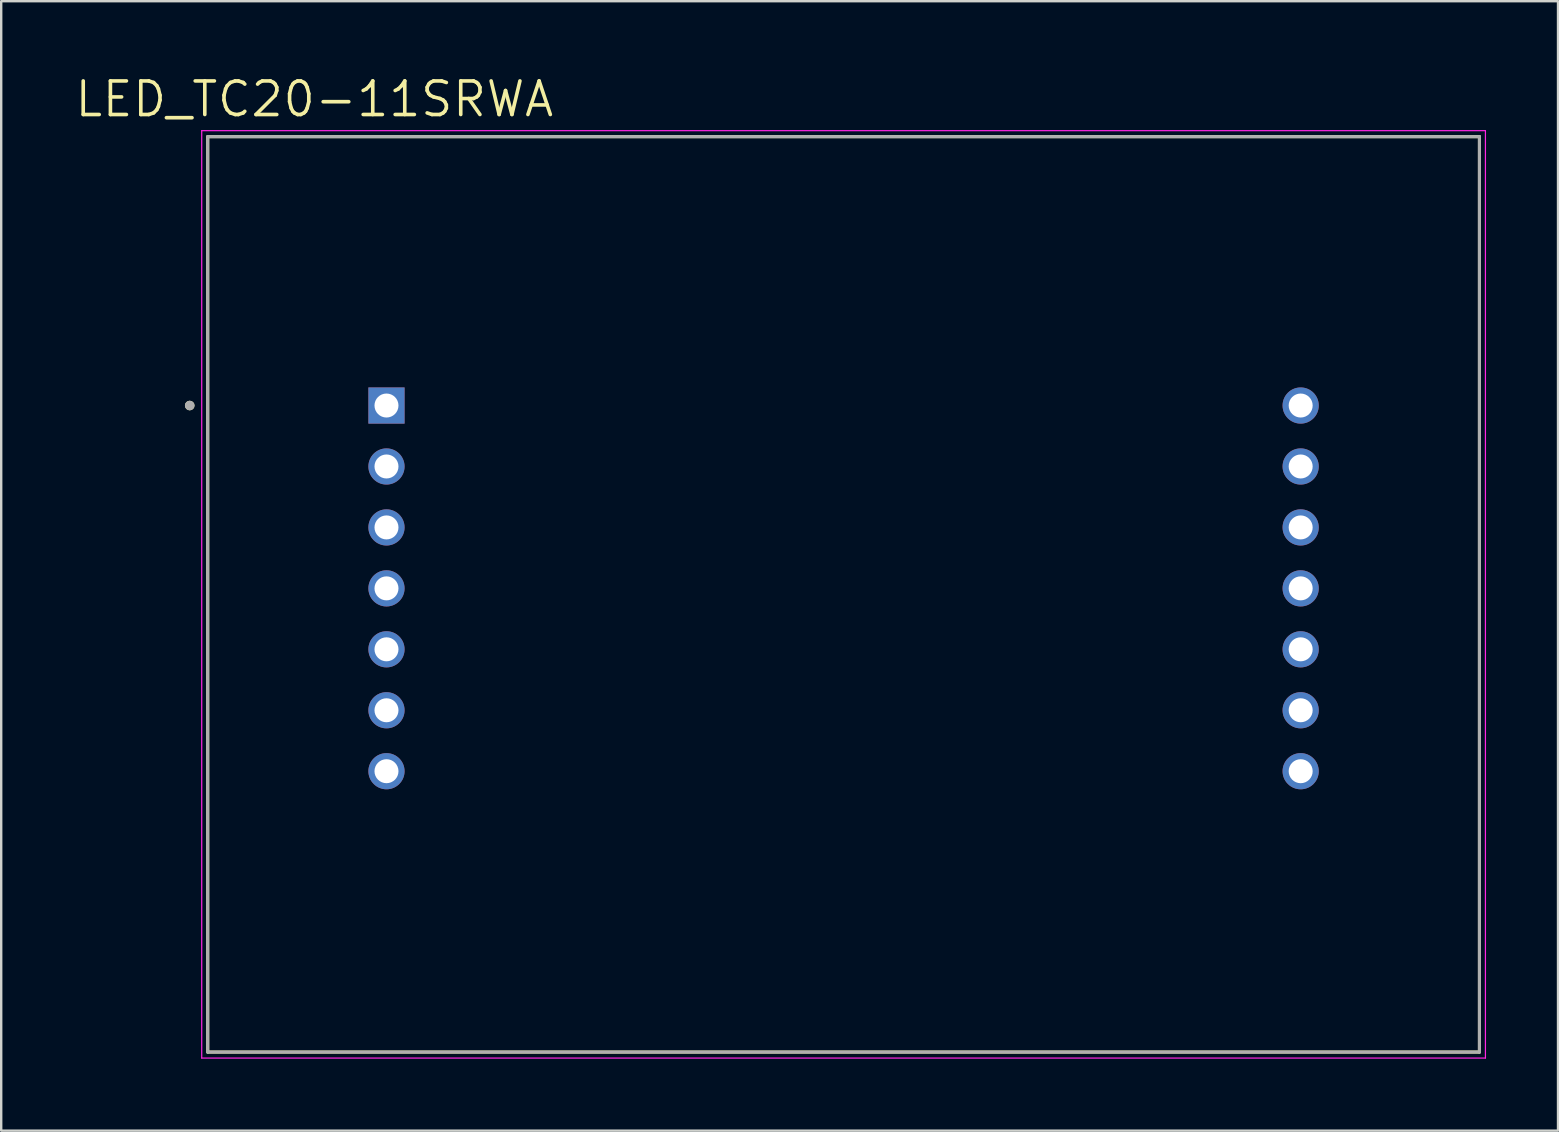
<source format=kicad_pcb>
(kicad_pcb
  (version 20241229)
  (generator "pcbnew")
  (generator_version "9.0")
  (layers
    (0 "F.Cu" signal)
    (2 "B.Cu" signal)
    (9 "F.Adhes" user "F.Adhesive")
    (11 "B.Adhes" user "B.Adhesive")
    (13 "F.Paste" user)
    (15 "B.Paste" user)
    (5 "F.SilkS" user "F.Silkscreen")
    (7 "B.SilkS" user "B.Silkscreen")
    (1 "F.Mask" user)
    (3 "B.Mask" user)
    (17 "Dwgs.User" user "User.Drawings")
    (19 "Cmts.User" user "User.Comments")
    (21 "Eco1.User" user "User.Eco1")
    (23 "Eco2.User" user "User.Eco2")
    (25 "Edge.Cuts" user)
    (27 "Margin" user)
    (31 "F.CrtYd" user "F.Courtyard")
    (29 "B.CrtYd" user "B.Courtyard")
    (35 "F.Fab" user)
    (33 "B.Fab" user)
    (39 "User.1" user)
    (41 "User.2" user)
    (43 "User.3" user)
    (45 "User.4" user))
  (footprint "LED_TC20-11SRWA"
    (layer "F.Cu")
    (at 32.107 21.471)
    (property "Reference" "LED_TC20-11SRWA" (at -22.055 -20.389 0) (layer "F.SilkS") (effects (font (size 1.4 1.4) (thickness 0.15))))
    (attr through_hole)
    (fp_line (start -26.5 19.325) (end -26.5 -18.825) (stroke (width 0.127) (type solid)) (layer "F.SilkS"))
    (fp_line (start -26.5 19.325) (end 26.5 19.325) (stroke (width 0.127) (type solid)) (layer "F.SilkS"))
    (fp_line (start 26.5 -18.825) (end -26.5 -18.825) (stroke (width 0.127) (type solid)) (layer "F.SilkS"))
    (fp_line (start 26.5 19.325) (end 26.5 -18.825) (stroke (width 0.127) (type solid)) (layer "F.SilkS"))
    (fp_circle (center -27.25 -7.62) (end -27.15 -7.62) (stroke (width 0.2) (type solid)) (fill no) (layer "F.SilkS"))
    (fp_line (start -26.75 -19.075) (end -26.75 19.575) (stroke (width 0.05) (type solid)) (layer "F.CrtYd"))
    (fp_line (start -26.75 -19.075) (end 26.75 -19.075) (stroke (width 0.05) (type solid)) (layer "F.CrtYd"))
    (fp_line (start -26.75 19.575) (end 26.75 19.575) (stroke (width 0.05) (type solid)) (layer "F.CrtYd"))
    (fp_line (start 26.75 -19.075) (end 26.75 19.575) (stroke (width 0.05) (type solid)) (layer "F.CrtYd"))
    (fp_line (start -26.5 -18.825) (end 26.5 -18.825) (stroke (width 0.127) (type solid)) (layer "F.Fab"))
    (fp_line (start -26.5 19.325) (end -26.5 -18.825) (stroke (width 0.127) (type solid)) (layer "F.Fab"))
    (fp_line (start -26.5 19.325) (end 26.5 19.325) (stroke (width 0.127) (type solid)) (layer "F.Fab"))
    (fp_line (start 26.5 19.325) (end 26.5 -18.825) (stroke (width 0.127) (type solid)) (layer "F.Fab"))
    (fp_circle (center -27.25 -7.62) (end -27.15 -7.62) (stroke (width 0.2) (type solid)) (fill no) (layer "F.Fab"))
    (pad "1" thru_hole rect (at -19.05 -7.62) (size 1.508 1.508) (drill 1) (layers "*.Cu" "*.Mask"))
    (pad "2" thru_hole circle (at -19.05 -5.08) (size 1.508 1.508) (drill 1) (layers "*.Cu" "*.Mask"))
    (pad "3" thru_hole circle (at -19.05 -2.54) (size 1.508 1.508) (drill 1) (layers "*.Cu" "*.Mask"))
    (pad "4" thru_hole circle (at -19.05 0) (size 1.508 1.508) (drill 1) (layers "*.Cu" "*.Mask"))
    (pad "5" thru_hole circle (at -19.05 2.54) (size 1.508 1.508) (drill 1) (layers "*.Cu" "*.Mask"))
    (pad "6" thru_hole circle (at -19.05 5.08) (size 1.508 1.508) (drill 1) (layers "*.Cu" "*.Mask"))
    (pad "7" thru_hole circle (at -19.05 7.62) (size 1.508 1.508) (drill 1) (layers "*.Cu" "*.Mask"))
    (pad "8" thru_hole circle (at 19.05 7.62) (size 1.508 1.508) (drill 1) (layers "*.Cu" "*.Mask"))
    (pad "9" thru_hole circle (at 19.05 5.08) (size 1.508 1.508) (drill 1) (layers "*.Cu" "*.Mask"))
    (pad "10" thru_hole circle (at 19.05 2.54) (size 1.508 1.508) (drill 1) (layers "*.Cu" "*.Mask"))
    (pad "11" thru_hole circle (at 19.05 0) (size 1.508 1.508) (drill 1) (layers "*.Cu" "*.Mask"))
    (pad "12" thru_hole circle (at 19.05 -2.54) (size 1.508 1.508) (drill 1) (layers "*.Cu" "*.Mask"))
    (pad "13" thru_hole circle (at 19.05 -5.08) (size 1.508 1.508) (drill 1) (layers "*.Cu" "*.Mask"))
    (pad "14" thru_hole circle (at 19.05 -7.62) (size 1.508 1.508) (drill 1) (layers "*.Cu" "*.Mask")))
  (gr_rect
    (start -3 -3)
    (end 61.882 44.071)
    (stroke (width 0.1) (type default))
    (fill no)
    (layer "Edge.Cuts")))
</source>
